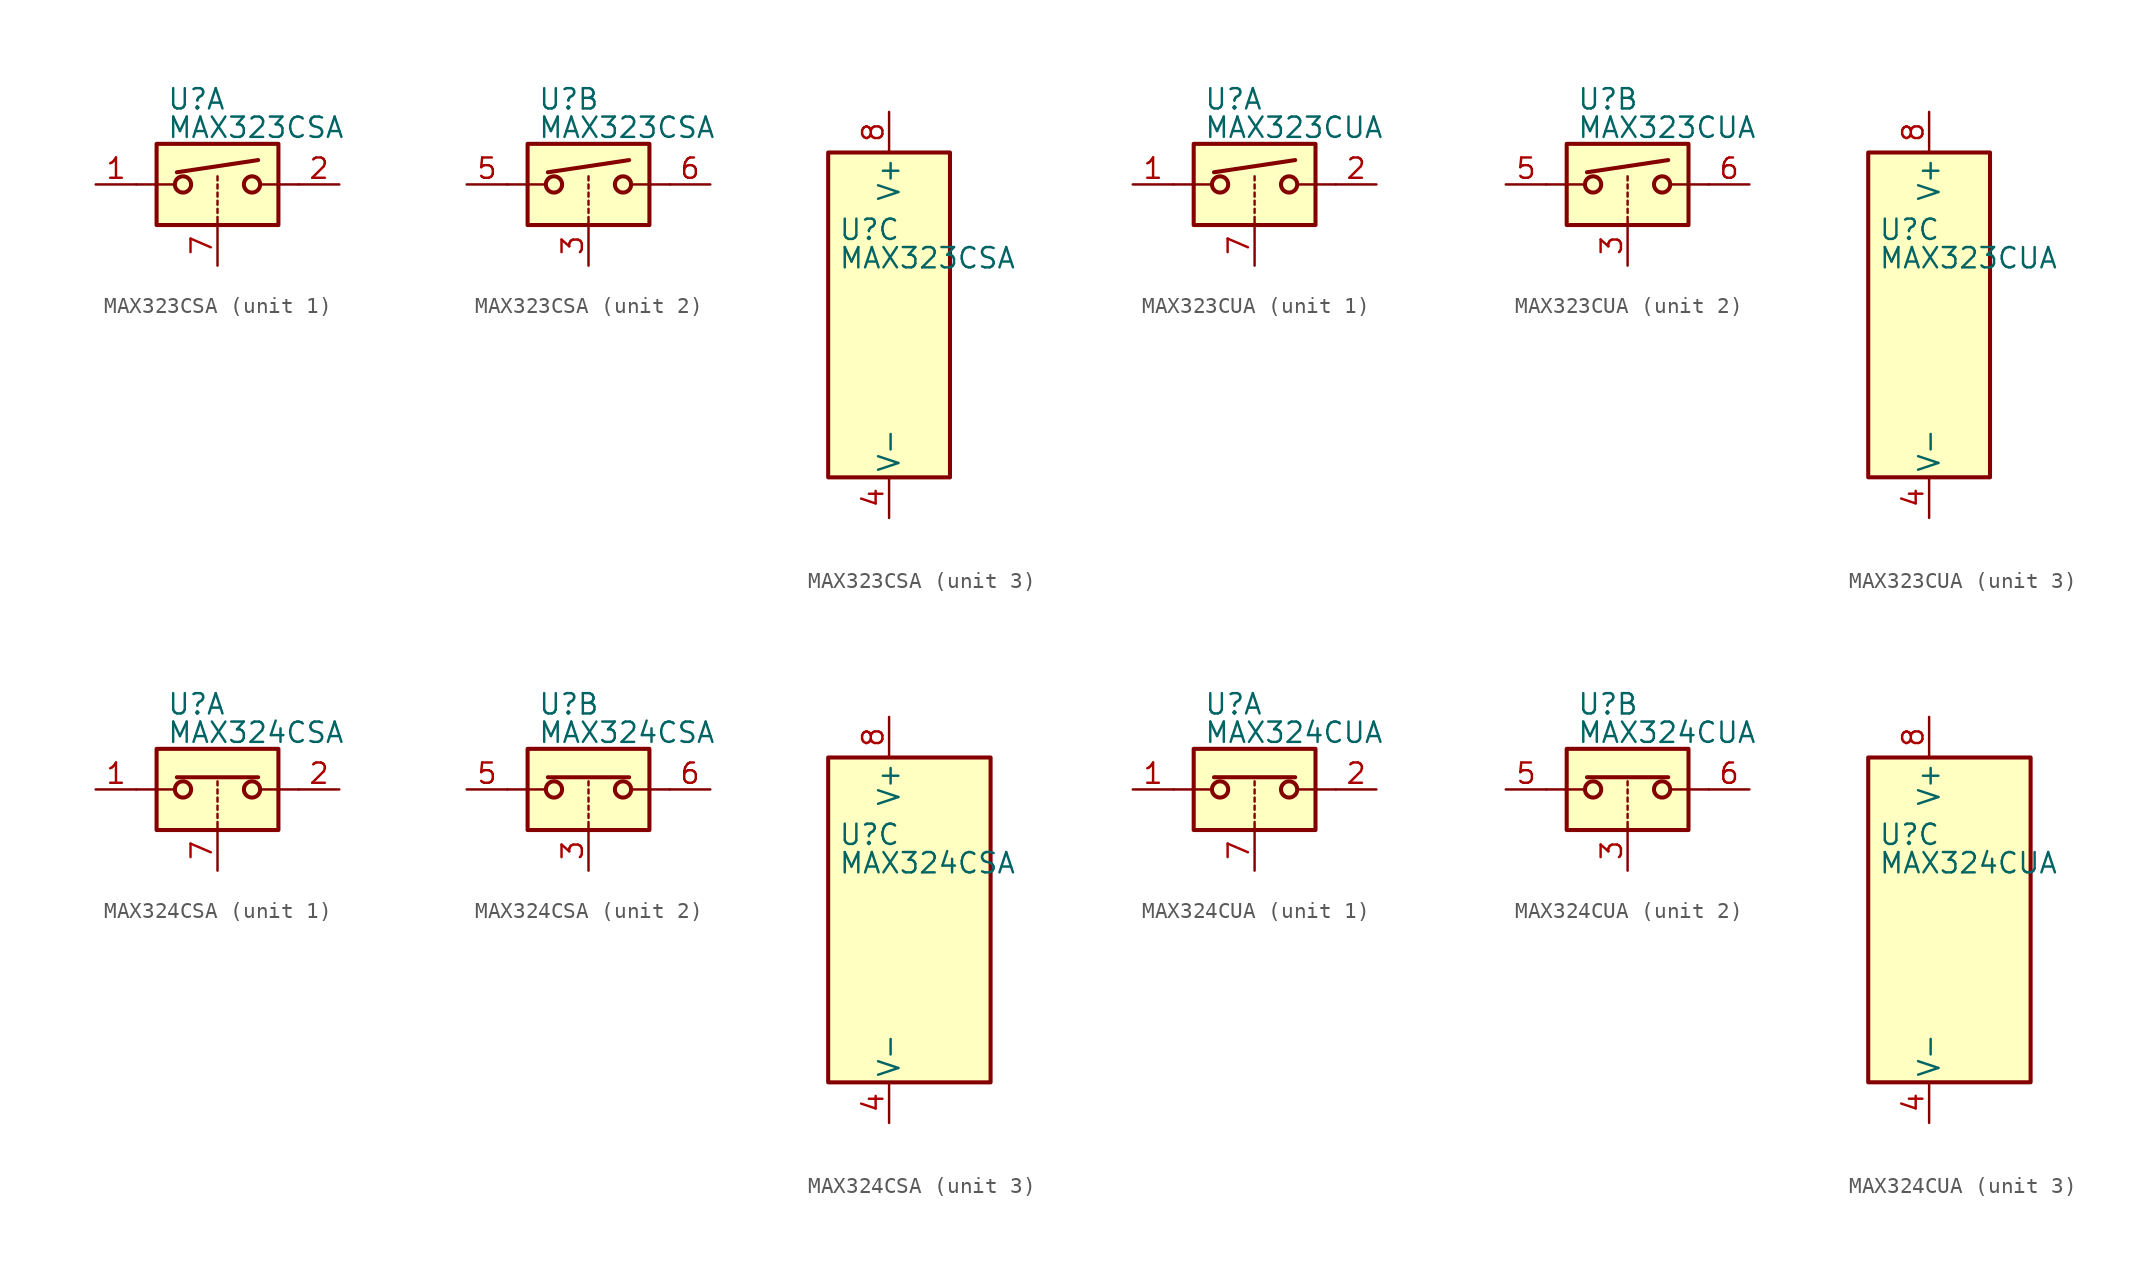
<source format=kicad_sym>
(kicad_symbol_lib
  (version 20241209)
  (generator "kicad_symbol_editor")
  (generator_version "9.0")
  (symbol "MAX323CSA"
    (pin_names
      (offset 0.254))
    (property "Reference" "U"
      (at -3.175 5.334 0)
      (effects (font (size 1.27 1.27)) (justify left)))
    (property "Value" "MAX323CSA"
      (at -3.175 3.556 0)
      (effects (font (size 1.27 1.27)) (justify left)))
    (symbol "MAX323CSA_1_1"
      (polyline (pts (xy -5.08 0) (xy -2.794 0)) (stroke (width 0) (type default)) (fill (type none)))
      (rectangle (start -3.81 2.54) (end 3.81 -2.54) (stroke (width 0.254) (type default)) (fill (type background)))
      (polyline (pts (xy -2.54 0.762) (xy 2.54 1.524)) (stroke (width 0.254) (type default)) (fill (type none)))
      (circle (center -2.159 0) (radius 0.508) (stroke (width 0.254) (type default)) (fill (type none)))
      (polyline (pts (xy 0 0.254) (xy 0 0.508)) (stroke (width 0) (type default)) (fill (type none)))
      (polyline (pts (xy 0 -0.254) (xy 0 0)) (stroke (width 0) (type default)) (fill (type none)))
      (polyline (pts (xy 0 -0.762) (xy 0 -0.508)) (stroke (width 0) (type default)) (fill (type none)))
      (polyline (pts (xy 0 -1.27) (xy 0 -1.016)) (stroke (width 0) (type default)) (fill (type none)))
      (polyline (pts (xy 0 -1.778) (xy 0 -1.524)) (stroke (width 0) (type default)) (fill (type none)))
      (polyline (pts (xy 0 -2.54) (xy 0 -2.032)) (stroke (width 0) (type default)) (fill (type none)))
      (circle (center 2.159 0) (radius 0.508) (stroke (width 0.254) (type default)) (fill (type none)))
      (polyline (pts (xy 5.08 0) (xy 2.794 0)) (stroke (width 0) (type default)) (fill (type none)))
      (pin passive line (at -7.62 0 0) (length 2.54) (name "~" (effects (font (size 1.27 1.27)))) (number "1" (effects (font (size 1.27 1.27)))))
      (pin input line (at 0 -5.08 90) (length 2.54) (name "~" (effects (font (size 1.27 1.27)))) (number "7" (effects (font (size 1.27 1.27)))))
      (pin passive line (at 7.62 0 180) (length 2.54) (name "~" (effects (font (size 1.27 1.27)))) (number "2" (effects (font (size 1.27 1.27))))))
    (symbol "MAX323CSA_2_1"
      (polyline (pts (xy -5.08 0) (xy -2.794 0)) (stroke (width 0) (type default)) (fill (type none)))
      (rectangle (start -3.81 2.54) (end 3.81 -2.54) (stroke (width 0.254) (type default)) (fill (type background)))
      (polyline (pts (xy -2.54 0.762) (xy 2.54 1.524)) (stroke (width 0.254) (type default)) (fill (type none)))
      (circle (center -2.159 0) (radius 0.508) (stroke (width 0.254) (type default)) (fill (type none)))
      (polyline (pts (xy 0 0.254) (xy 0 0.508)) (stroke (width 0) (type default)) (fill (type none)))
      (polyline (pts (xy 0 -0.254) (xy 0 0)) (stroke (width 0) (type default)) (fill (type none)))
      (polyline (pts (xy 0 -0.762) (xy 0 -0.508)) (stroke (width 0) (type default)) (fill (type none)))
      (polyline (pts (xy 0 -1.27) (xy 0 -1.016)) (stroke (width 0) (type default)) (fill (type none)))
      (polyline (pts (xy 0 -1.778) (xy 0 -1.524)) (stroke (width 0) (type default)) (fill (type none)))
      (polyline (pts (xy 0 -2.54) (xy 0 -2.032)) (stroke (width 0) (type default)) (fill (type none)))
      (circle (center 2.159 0) (radius 0.508) (stroke (width 0.254) (type default)) (fill (type none)))
      (polyline (pts (xy 5.08 0) (xy 2.794 0)) (stroke (width 0) (type default)) (fill (type none)))
      (pin passive line (at -7.62 0 0) (length 2.54) (name "~" (effects (font (size 1.27 1.27)))) (number "5" (effects (font (size 1.27 1.27)))))
      (pin input line (at 0 -5.08 90) (length 2.54) (name "~" (effects (font (size 1.27 1.27)))) (number "3" (effects (font (size 1.27 1.27)))))
      (pin passive line (at 7.62 0 180) (length 2.54) (name "~" (effects (font (size 1.27 1.27)))) (number "6" (effects (font (size 1.27 1.27))))))
    (symbol "MAX323CSA_3_0"
      (pin power_in line (at 0 12.7 270) (length 2.54) (name "V+" (effects (font (size 1.27 1.27)))) (number "8" (effects (font (size 1.27 1.27)))))
      (pin power_in line (at 0 -12.7 90) (length 2.54) (name "V-" (effects (font (size 1.27 1.27)))) (number "4" (effects (font (size 1.27 1.27))))))
    (symbol "MAX323CSA_3_1"
      (rectangle (start -3.81 10.16) (end 3.81 -10.16) (stroke (width 0.254) (type default)) (fill (type background)))))
  (symbol "MAX323CUA"
    (pin_names
      (offset 0.254))
    (property "Reference" "U"
      (at -3.175 5.334 0)
      (effects (font (size 1.27 1.27)) (justify left)))
    (property "Value" "MAX323CUA"
      (at -3.175 3.556 0)
      (effects (font (size 1.27 1.27)) (justify left)))
    (symbol "MAX323CUA_1_1"
      (polyline (pts (xy -5.08 0) (xy -2.794 0)) (stroke (width 0) (type default)) (fill (type none)))
      (rectangle (start -3.81 2.54) (end 3.81 -2.54) (stroke (width 0.254) (type default)) (fill (type background)))
      (polyline (pts (xy -2.54 0.762) (xy 2.54 1.524)) (stroke (width 0.254) (type default)) (fill (type none)))
      (circle (center -2.159 0) (radius 0.508) (stroke (width 0.254) (type default)) (fill (type none)))
      (polyline (pts (xy 0 0.254) (xy 0 0.508)) (stroke (width 0) (type default)) (fill (type none)))
      (polyline (pts (xy 0 -0.254) (xy 0 0)) (stroke (width 0) (type default)) (fill (type none)))
      (polyline (pts (xy 0 -0.762) (xy 0 -0.508)) (stroke (width 0) (type default)) (fill (type none)))
      (polyline (pts (xy 0 -1.27) (xy 0 -1.016)) (stroke (width 0) (type default)) (fill (type none)))
      (polyline (pts (xy 0 -1.778) (xy 0 -1.524)) (stroke (width 0) (type default)) (fill (type none)))
      (polyline (pts (xy 0 -2.54) (xy 0 -2.032)) (stroke (width 0) (type default)) (fill (type none)))
      (circle (center 2.159 0) (radius 0.508) (stroke (width 0.254) (type default)) (fill (type none)))
      (polyline (pts (xy 5.08 0) (xy 2.794 0)) (stroke (width 0) (type default)) (fill (type none)))
      (pin passive line (at -7.62 0 0) (length 2.54) (name "~" (effects (font (size 1.27 1.27)))) (number "1" (effects (font (size 1.27 1.27)))))
      (pin input line (at 0 -5.08 90) (length 2.54) (name "~" (effects (font (size 1.27 1.27)))) (number "7" (effects (font (size 1.27 1.27)))))
      (pin passive line (at 7.62 0 180) (length 2.54) (name "~" (effects (font (size 1.27 1.27)))) (number "2" (effects (font (size 1.27 1.27))))))
    (symbol "MAX323CUA_2_1"
      (polyline (pts (xy -5.08 0) (xy -2.794 0)) (stroke (width 0) (type default)) (fill (type none)))
      (rectangle (start -3.81 2.54) (end 3.81 -2.54) (stroke (width 0.254) (type default)) (fill (type background)))
      (polyline (pts (xy -2.54 0.762) (xy 2.54 1.524)) (stroke (width 0.254) (type default)) (fill (type none)))
      (circle (center -2.159 0) (radius 0.508) (stroke (width 0.254) (type default)) (fill (type none)))
      (polyline (pts (xy 0 0.254) (xy 0 0.508)) (stroke (width 0) (type default)) (fill (type none)))
      (polyline (pts (xy 0 -0.254) (xy 0 0)) (stroke (width 0) (type default)) (fill (type none)))
      (polyline (pts (xy 0 -0.762) (xy 0 -0.508)) (stroke (width 0) (type default)) (fill (type none)))
      (polyline (pts (xy 0 -1.27) (xy 0 -1.016)) (stroke (width 0) (type default)) (fill (type none)))
      (polyline (pts (xy 0 -1.778) (xy 0 -1.524)) (stroke (width 0) (type default)) (fill (type none)))
      (polyline (pts (xy 0 -2.54) (xy 0 -2.032)) (stroke (width 0) (type default)) (fill (type none)))
      (circle (center 2.159 0) (radius 0.508) (stroke (width 0.254) (type default)) (fill (type none)))
      (polyline (pts (xy 5.08 0) (xy 2.794 0)) (stroke (width 0) (type default)) (fill (type none)))
      (pin passive line (at -7.62 0 0) (length 2.54) (name "~" (effects (font (size 1.27 1.27)))) (number "5" (effects (font (size 1.27 1.27)))))
      (pin input line (at 0 -5.08 90) (length 2.54) (name "~" (effects (font (size 1.27 1.27)))) (number "3" (effects (font (size 1.27 1.27)))))
      (pin passive line (at 7.62 0 180) (length 2.54) (name "~" (effects (font (size 1.27 1.27)))) (number "6" (effects (font (size 1.27 1.27))))))
    (symbol "MAX323CUA_3_0"
      (pin power_in line (at 0 12.7 270) (length 2.54) (name "V+" (effects (font (size 1.27 1.27)))) (number "8" (effects (font (size 1.27 1.27)))))
      (pin power_in line (at 0 -12.7 90) (length 2.54) (name "V-" (effects (font (size 1.27 1.27)))) (number "4" (effects (font (size 1.27 1.27))))))
    (symbol "MAX323CUA_3_1"
      (rectangle (start -3.81 10.16) (end 3.81 -10.16) (stroke (width 0.254) (type default)) (fill (type background)))))
  (symbol "MAX324CSA"
    (pin_names
      (offset 0.254))
    (property "Reference" "U"
      (at -3.175 5.334 0)
      (effects (font (size 1.27 1.27)) (justify left)))
    (property "Value" "MAX324CSA"
      (at -3.175 3.556 0)
      (effects (font (size 1.27 1.27)) (justify left)))
    (symbol "MAX324CSA_1_1"
      (polyline (pts (xy -5.08 0) (xy -2.794 0)) (stroke (width 0) (type default)) (fill (type none)))
      (rectangle (start -3.81 2.54) (end 3.81 -2.54) (stroke (width 0.254) (type default)) (fill (type background)))
      (polyline (pts (xy -2.54 0.762) (xy 2.54 0.762)) (stroke (width 0.254) (type default)) (fill (type none)))
      (circle (center -2.159 0) (radius 0.508) (stroke (width 0.254) (type default)) (fill (type none)))
      (polyline (pts (xy 0 0.254) (xy 0 0.508)) (stroke (width 0) (type default)) (fill (type none)))
      (polyline (pts (xy 0 -0.254) (xy 0 0)) (stroke (width 0) (type default)) (fill (type none)))
      (polyline (pts (xy 0 -0.762) (xy 0 -0.508)) (stroke (width 0) (type default)) (fill (type none)))
      (polyline (pts (xy 0 -1.27) (xy 0 -1.016)) (stroke (width 0) (type default)) (fill (type none)))
      (polyline (pts (xy 0 -1.778) (xy 0 -1.524)) (stroke (width 0) (type default)) (fill (type none)))
      (polyline (pts (xy 0 -2.54) (xy 0 -2.032)) (stroke (width 0) (type default)) (fill (type none)))
      (circle (center 2.159 0) (radius 0.508) (stroke (width 0.254) (type default)) (fill (type none)))
      (polyline (pts (xy 5.08 0) (xy 2.794 0)) (stroke (width 0) (type default)) (fill (type none)))
      (pin passive line (at -7.62 0 0) (length 2.54) (name "~" (effects (font (size 1.27 1.27)))) (number "1" (effects (font (size 1.27 1.27)))))
      (pin input line (at 0 -5.08 90) (length 2.54) (name "~" (effects (font (size 1.27 1.27)))) (number "7" (effects (font (size 1.27 1.27)))))
      (pin passive line (at 7.62 0 180) (length 2.54) (name "~" (effects (font (size 1.27 1.27)))) (number "2" (effects (font (size 1.27 1.27))))))
    (symbol "MAX324CSA_2_1"
      (polyline (pts (xy -5.08 0) (xy -2.794 0)) (stroke (width 0) (type default)) (fill (type none)))
      (rectangle (start -3.81 2.54) (end 3.81 -2.54) (stroke (width 0.254) (type default)) (fill (type background)))
      (polyline (pts (xy -2.54 0.762) (xy 2.54 0.762)) (stroke (width 0.254) (type default)) (fill (type none)))
      (circle (center -2.159 0) (radius 0.508) (stroke (width 0.254) (type default)) (fill (type none)))
      (polyline (pts (xy 0 0.254) (xy 0 0.508)) (stroke (width 0) (type default)) (fill (type none)))
      (polyline (pts (xy 0 -0.254) (xy 0 0)) (stroke (width 0) (type default)) (fill (type none)))
      (polyline (pts (xy 0 -0.762) (xy 0 -0.508)) (stroke (width 0) (type default)) (fill (type none)))
      (polyline (pts (xy 0 -1.27) (xy 0 -1.016)) (stroke (width 0) (type default)) (fill (type none)))
      (polyline (pts (xy 0 -1.778) (xy 0 -1.524)) (stroke (width 0) (type default)) (fill (type none)))
      (polyline (pts (xy 0 -2.54) (xy 0 -2.032)) (stroke (width 0) (type default)) (fill (type none)))
      (circle (center 2.159 0) (radius 0.508) (stroke (width 0.254) (type default)) (fill (type none)))
      (polyline (pts (xy 5.08 0) (xy 2.794 0)) (stroke (width 0) (type default)) (fill (type none)))
      (pin passive line (at -7.62 0 0) (length 2.54) (name "~" (effects (font (size 1.27 1.27)))) (number "5" (effects (font (size 1.27 1.27)))))
      (pin input line (at 0 -5.08 90) (length 2.54) (name "~" (effects (font (size 1.27 1.27)))) (number "3" (effects (font (size 1.27 1.27)))))
      (pin passive line (at 7.62 0 180) (length 2.54) (name "~" (effects (font (size 1.27 1.27)))) (number "6" (effects (font (size 1.27 1.27))))))
    (symbol "MAX324CSA_3_0"
      (pin power_in line (at 0 12.7 270) (length 2.54) (name "V+" (effects (font (size 1.27 1.27)))) (number "8" (effects (font (size 1.27 1.27)))))
      (pin power_in line (at 0 -12.7 90) (length 2.54) (name "V-" (effects (font (size 1.27 1.27)))) (number "4" (effects (font (size 1.27 1.27))))))
    (symbol "MAX324CSA_3_1"
      (rectangle (start -3.81 10.16) (end 6.35 -10.16) (stroke (width 0.254) (type default)) (fill (type background)))))
  (symbol "MAX324CUA"
    (pin_names
      (offset 0.254))
    (property "Reference" "U"
      (at -3.175 5.334 0)
      (effects (font (size 1.27 1.27)) (justify left)))
    (property "Value" "MAX324CUA"
      (at -3.175 3.556 0)
      (effects (font (size 1.27 1.27)) (justify left)))
    (symbol "MAX324CUA_1_1"
      (polyline (pts (xy -5.08 0) (xy -2.794 0)) (stroke (width 0) (type default)) (fill (type none)))
      (rectangle (start -3.81 2.54) (end 3.81 -2.54) (stroke (width 0.254) (type default)) (fill (type background)))
      (polyline (pts (xy -2.54 0.762) (xy 2.54 0.762)) (stroke (width 0.254) (type default)) (fill (type none)))
      (circle (center -2.159 0) (radius 0.508) (stroke (width 0.254) (type default)) (fill (type none)))
      (polyline (pts (xy 0 0.254) (xy 0 0.508)) (stroke (width 0) (type default)) (fill (type none)))
      (polyline (pts (xy 0 -0.254) (xy 0 0)) (stroke (width 0) (type default)) (fill (type none)))
      (polyline (pts (xy 0 -0.762) (xy 0 -0.508)) (stroke (width 0) (type default)) (fill (type none)))
      (polyline (pts (xy 0 -1.27) (xy 0 -1.016)) (stroke (width 0) (type default)) (fill (type none)))
      (polyline (pts (xy 0 -1.778) (xy 0 -1.524)) (stroke (width 0) (type default)) (fill (type none)))
      (polyline (pts (xy 0 -2.54) (xy 0 -2.032)) (stroke (width 0) (type default)) (fill (type none)))
      (circle (center 2.159 0) (radius 0.508) (stroke (width 0.254) (type default)) (fill (type none)))
      (polyline (pts (xy 5.08 0) (xy 2.794 0)) (stroke (width 0) (type default)) (fill (type none)))
      (pin passive line (at -7.62 0 0) (length 2.54) (name "~" (effects (font (size 1.27 1.27)))) (number "1" (effects (font (size 1.27 1.27)))))
      (pin input line (at 0 -5.08 90) (length 2.54) (name "~" (effects (font (size 1.27 1.27)))) (number "7" (effects (font (size 1.27 1.27)))))
      (pin passive line (at 7.62 0 180) (length 2.54) (name "~" (effects (font (size 1.27 1.27)))) (number "2" (effects (font (size 1.27 1.27))))))
    (symbol "MAX324CUA_2_1"
      (polyline (pts (xy -5.08 0) (xy -2.794 0)) (stroke (width 0) (type default)) (fill (type none)))
      (rectangle (start -3.81 2.54) (end 3.81 -2.54) (stroke (width 0.254) (type default)) (fill (type background)))
      (polyline (pts (xy -2.54 0.762) (xy 2.54 0.762)) (stroke (width 0.254) (type default)) (fill (type none)))
      (circle (center -2.159 0) (radius 0.508) (stroke (width 0.254) (type default)) (fill (type none)))
      (polyline (pts (xy 0 0.254) (xy 0 0.508)) (stroke (width 0) (type default)) (fill (type none)))
      (polyline (pts (xy 0 -0.254) (xy 0 0)) (stroke (width 0) (type default)) (fill (type none)))
      (polyline (pts (xy 0 -0.762) (xy 0 -0.508)) (stroke (width 0) (type default)) (fill (type none)))
      (polyline (pts (xy 0 -1.27) (xy 0 -1.016)) (stroke (width 0) (type default)) (fill (type none)))
      (polyline (pts (xy 0 -1.778) (xy 0 -1.524)) (stroke (width 0) (type default)) (fill (type none)))
      (polyline (pts (xy 0 -2.54) (xy 0 -2.032)) (stroke (width 0) (type default)) (fill (type none)))
      (circle (center 2.159 0) (radius 0.508) (stroke (width 0.254) (type default)) (fill (type none)))
      (polyline (pts (xy 5.08 0) (xy 2.794 0)) (stroke (width 0) (type default)) (fill (type none)))
      (pin passive line (at -7.62 0 0) (length 2.54) (name "~" (effects (font (size 1.27 1.27)))) (number "5" (effects (font (size 1.27 1.27)))))
      (pin input line (at 0 -5.08 90) (length 2.54) (name "~" (effects (font (size 1.27 1.27)))) (number "3" (effects (font (size 1.27 1.27)))))
      (pin passive line (at 7.62 0 180) (length 2.54) (name "~" (effects (font (size 1.27 1.27)))) (number "6" (effects (font (size 1.27 1.27))))))
    (symbol "MAX324CUA_3_0"
      (pin power_in line (at 0 12.7 270) (length 2.54) (name "V+" (effects (font (size 1.27 1.27)))) (number "8" (effects (font (size 1.27 1.27)))))
      (pin power_in line (at 0 -12.7 90) (length 2.54) (name "V-" (effects (font (size 1.27 1.27)))) (number "4" (effects (font (size 1.27 1.27))))))
    (symbol "MAX324CUA_3_1"
      (rectangle (start -3.81 10.16) (end 6.35 -10.16) (stroke (width 0.254) (type default)) (fill (type background))))))
</source>
